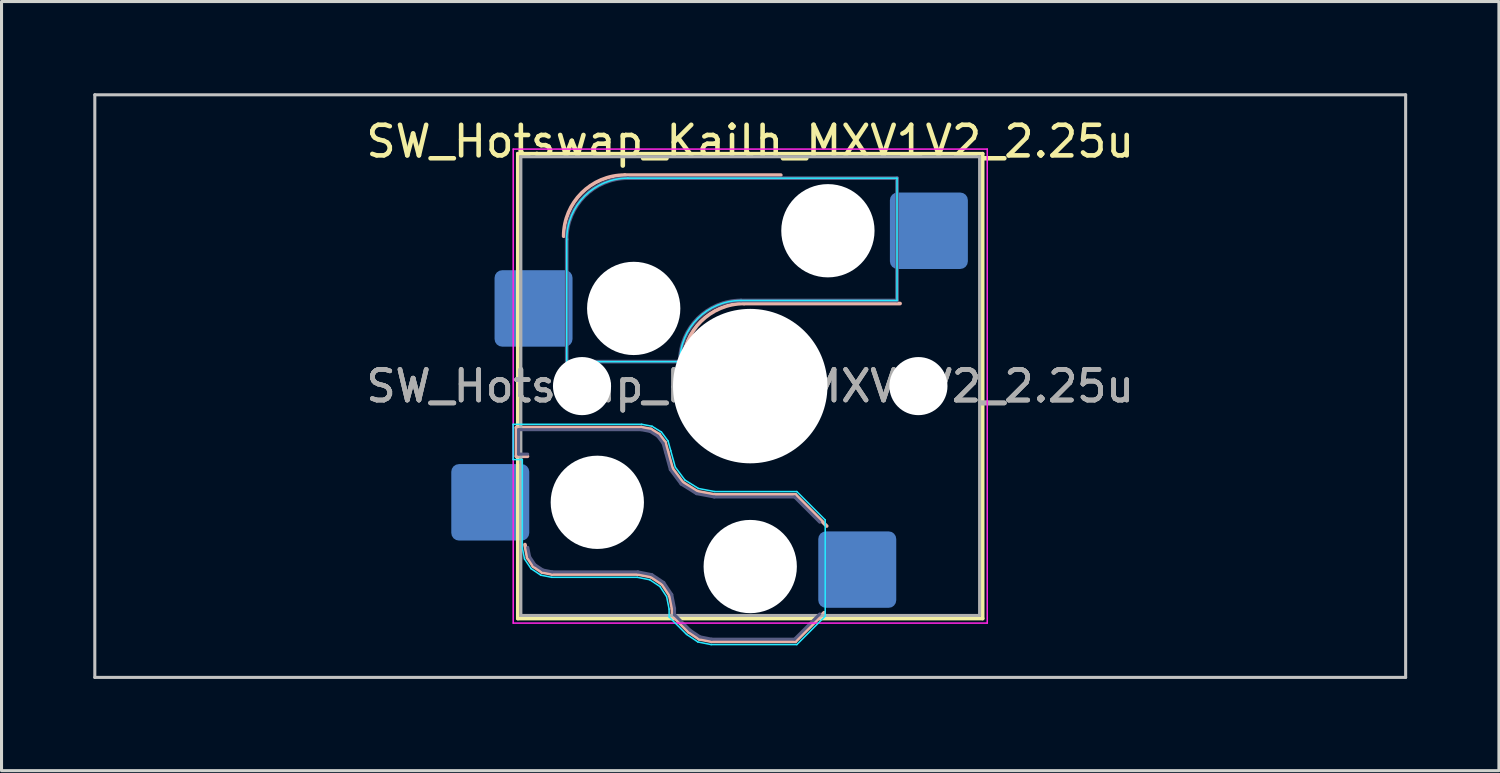
<source format=kicad_pcb>
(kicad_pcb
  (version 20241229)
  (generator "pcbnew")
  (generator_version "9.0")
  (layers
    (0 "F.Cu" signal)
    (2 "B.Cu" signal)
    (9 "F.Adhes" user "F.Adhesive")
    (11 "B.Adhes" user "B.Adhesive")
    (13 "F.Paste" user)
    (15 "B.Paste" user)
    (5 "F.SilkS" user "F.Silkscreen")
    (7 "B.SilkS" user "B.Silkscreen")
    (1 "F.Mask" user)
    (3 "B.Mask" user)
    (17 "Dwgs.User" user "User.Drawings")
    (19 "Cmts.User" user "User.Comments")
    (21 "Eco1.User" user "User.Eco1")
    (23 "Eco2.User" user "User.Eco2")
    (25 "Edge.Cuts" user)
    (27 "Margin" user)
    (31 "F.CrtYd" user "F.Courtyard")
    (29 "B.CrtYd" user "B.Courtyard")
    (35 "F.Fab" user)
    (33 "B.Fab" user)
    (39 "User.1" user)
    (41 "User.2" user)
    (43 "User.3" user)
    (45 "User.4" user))
  (footprint "SW_Hotswap_Kailh_MXV1V2_2.25u"
    (layer "F.Cu")
    (at 21.481 9.575)
    (property "Reference" "SW_Hotswap_Kailh_MXV1V2_2.25u" (at 0 -8 0) (layer "F.SilkS") (effects (font (size 1 1) (thickness 0.15))))
    (attr smd)
    (fp_line (start -7.6 -7.6) (end -7.6 7.6) (stroke (width 0.12) (type solid)) (layer "F.SilkS"))
    (fp_line (start -7.6 7.6) (end 7.6 7.6) (stroke (width 0.12) (type solid)) (layer "F.SilkS"))
    (fp_line (start 7.6 -7.6) (end -7.6 -7.6) (stroke (width 0.12) (type solid)) (layer "F.SilkS"))
    (fp_line (start 7.6 7.6) (end 7.6 -7.6) (stroke (width 0.12) (type solid)) (layer "F.SilkS"))
    (fp_line (start -7.646 1.354) (end -3.56 1.354) (stroke (width 0.12) (type solid)) (layer "B.SilkS"))
    (fp_line (start -7.646 2.296) (end -7.646 1.354) (stroke (width 0.12) (type solid)) (layer "B.SilkS"))
    (fp_line (start -7.283 2.296) (end -7.646 2.296) (stroke (width 0.12) (type solid)) (layer "B.SilkS"))
    (fp_line (start -7.281 5.609) (end -7.366 5.182) (stroke (width 0.12) (type solid)) (layer "B.SilkS"))
    (fp_line (start -7.092 5.892) (end -7.281 5.609) (stroke (width 0.12) (type solid)) (layer "B.SilkS"))
    (fp_line (start -6.809 6.081) (end -7.092 5.892) (stroke (width 0.12) (type solid)) (layer "B.SilkS"))
    (fp_line (start -6.482 6.146) (end -6.809 6.081) (stroke (width 0.12) (type solid)) (layer "B.SilkS"))
    (fp_line (start -4.1 -6.9) (end 1 -6.9) (stroke (width 0.12) (type solid)) (layer "B.SilkS"))
    (fp_line (start -3.682 6.146) (end -6.482 6.146) (stroke (width 0.12) (type solid)) (layer "B.SilkS"))
    (fp_line (start -3.56 1.354) (end -3.25 1.413) (stroke (width 0.12) (type solid)) (layer "B.SilkS"))
    (fp_line (start -3.25 1.413) (end -2.976 1.583) (stroke (width 0.12) (type solid)) (layer "B.SilkS"))
    (fp_line (start -3.244 6.233) (end -3.682 6.146) (stroke (width 0.12) (type solid)) (layer "B.SilkS"))
    (fp_line (start -2.976 1.583) (end -2.783 1.841) (stroke (width 0.12) (type solid)) (layer "B.SilkS"))
    (fp_line (start -2.877 6.477) (end -3.244 6.233) (stroke (width 0.12) (type solid)) (layer "B.SilkS"))
    (fp_line (start -2.783 1.841) (end -2.701 2.139) (stroke (width 0.12) (type solid)) (layer "B.SilkS"))
    (fp_line (start -2.701 2.139) (end -2.547 2.697) (stroke (width 0.12) (type solid)) (layer "B.SilkS"))
    (fp_line (start -2.633 6.844) (end -2.877 6.477) (stroke (width 0.12) (type solid)) (layer "B.SilkS"))
    (fp_line (start -2.547 2.697) (end -2.209 3.15) (stroke (width 0.12) (type solid)) (layer "B.SilkS"))
    (fp_line (start -2.546 7.282) (end -2.633 6.844) (stroke (width 0.12) (type solid)) (layer "B.SilkS"))
    (fp_line (start -2.546 7.504) (end -2.546 7.282) (stroke (width 0.12) (type solid)) (layer "B.SilkS"))
    (fp_line (start -2.209 3.15) (end -1.73 3.449) (stroke (width 0.12) (type solid)) (layer "B.SilkS"))
    (fp_line (start -2.013 8.037) (end -2.546 7.504) (stroke (width 0.12) (type solid)) (layer "B.SilkS"))
    (fp_line (start -1.73 3.449) (end -1.168 3.554) (stroke (width 0.12) (type solid)) (layer "B.SilkS"))
    (fp_line (start -1.671 8.266) (end -2.013 8.037) (stroke (width 0.12) (type solid)) (layer "B.SilkS"))
    (fp_line (start -1.268 8.346) (end -1.671 8.266) (stroke (width 0.12) (type solid)) (layer "B.SilkS"))
    (fp_line (start -1.168 3.554) (end 1.479 3.554) (stroke (width 0.12) (type solid)) (layer "B.SilkS"))
    (fp_line (start -0.2 -2.7) (end 4.9 -2.7) (stroke (width 0.12) (type solid)) (layer "B.SilkS"))
    (fp_line (start 1.479 3.554) (end 2.5 4.575) (stroke (width 0.12) (type solid)) (layer "B.SilkS"))
    (fp_line (start 1.479 8.346) (end -1.268 8.346) (stroke (width 0.12) (type solid)) (layer "B.SilkS"))
    (fp_line (start 2.416 7.409) (end 1.479 8.346) (stroke (width 0.12) (type solid)) (layer "B.SilkS"))
    (fp_arc (start -6.1 -4.9) (mid -5.514214 -6.314214) (end -4.1 -6.9) (stroke (width 0.12) (type solid)) (layer "B.SilkS"))
    (fp_arc (start -2.2 -0.7) (mid -1.614214 -2.114214) (end -0.2 -2.7) (stroke (width 0.12) (type solid)) (layer "B.SilkS"))
    (fp_line (start -21.431 -9.525) (end -21.431 9.525) (stroke (width 0.1) (type solid)) (layer "Dwgs.User"))
    (fp_line (start -21.431 9.525) (end 21.431 9.525) (stroke (width 0.1) (type solid)) (layer "Dwgs.User"))
    (fp_line (start 21.431 -9.525) (end -21.431 -9.525) (stroke (width 0.1) (type solid)) (layer "Dwgs.User"))
    (fp_line (start 21.431 9.525) (end 21.431 -9.525) (stroke (width 0.1) (type solid)) (layer "Dwgs.User"))
    (fp_line (start -7.752 1.248) (end -3.55 1.248) (stroke (width 0.05) (type solid)) (layer "B.CrtYd"))
    (fp_line (start -7.752 2.402) (end -7.752 1.248) (stroke (width 0.05) (type solid)) (layer "B.CrtYd"))
    (fp_line (start -7.452 2.402) (end -7.752 2.402) (stroke (width 0.05) (type solid)) (layer "B.CrtYd"))
    (fp_line (start -7.452 5.292) (end -7.452 2.402) (stroke (width 0.05) (type solid)) (layer "B.CrtYd"))
    (fp_line (start -7.381 5.65) (end -7.452 5.292) (stroke (width 0.05) (type solid)) (layer "B.CrtYd"))
    (fp_line (start -7.168 5.968) (end -7.381 5.65) (stroke (width 0.05) (type solid)) (layer "B.CrtYd"))
    (fp_line (start -6.85 6.181) (end -7.168 5.968) (stroke (width 0.05) (type solid)) (layer "B.CrtYd"))
    (fp_line (start -6.492 6.252) (end -6.85 6.181) (stroke (width 0.05) (type solid)) (layer "B.CrtYd"))
    (fp_line (start -6 -0.8) (end -6 -4.8) (stroke (width 0.05) (type solid)) (layer "B.CrtYd"))
    (fp_line (start -6 -0.8) (end -2.3 -0.8) (stroke (width 0.05) (type solid)) (layer "B.CrtYd"))
    (fp_line (start -4 -6.8) (end 4.8 -6.8) (stroke (width 0.05) (type solid)) (layer "B.CrtYd"))
    (fp_line (start -3.692 6.252) (end -6.492 6.252) (stroke (width 0.05) (type solid)) (layer "B.CrtYd"))
    (fp_line (start -3.55 1.248) (end -3.211 1.312) (stroke (width 0.05) (type solid)) (layer "B.CrtYd"))
    (fp_line (start -3.285 6.333) (end -3.692 6.252) (stroke (width 0.05) (type solid)) (layer "B.CrtYd"))
    (fp_line (start -3.211 1.312) (end -2.903 1.503) (stroke (width 0.05) (type solid)) (layer "B.CrtYd"))
    (fp_line (start -2.953 6.553) (end -3.285 6.333) (stroke (width 0.05) (type solid)) (layer "B.CrtYd"))
    (fp_line (start -2.903 1.503) (end -2.687 1.794) (stroke (width 0.05) (type solid)) (layer "B.CrtYd"))
    (fp_line (start -2.733 6.885) (end -2.953 6.553) (stroke (width 0.05) (type solid)) (layer "B.CrtYd"))
    (fp_line (start -2.687 1.794) (end -2.599 2.111) (stroke (width 0.05) (type solid)) (layer "B.CrtYd"))
    (fp_line (start -2.652 7.292) (end -2.733 6.885) (stroke (width 0.05) (type solid)) (layer "B.CrtYd"))
    (fp_line (start -2.652 7.548) (end -2.652 7.292) (stroke (width 0.05) (type solid)) (layer "B.CrtYd"))
    (fp_line (start -2.599 2.111) (end -2.45 2.65) (stroke (width 0.05) (type solid)) (layer "B.CrtYd"))
    (fp_line (start -2.45 2.65) (end -2.136 3.071) (stroke (width 0.05) (type solid)) (layer "B.CrtYd"))
    (fp_line (start -2.136 3.071) (end -1.691 3.348) (stroke (width 0.05) (type solid)) (layer "B.CrtYd"))
    (fp_line (start -2.081 8.119) (end -2.652 7.548) (stroke (width 0.05) (type solid)) (layer "B.CrtYd"))
    (fp_line (start -1.712 8.366) (end -2.081 8.119) (stroke (width 0.05) (type solid)) (layer "B.CrtYd"))
    (fp_line (start -1.691 3.348) (end -1.159 3.448) (stroke (width 0.05) (type solid)) (layer "B.CrtYd"))
    (fp_line (start -1.278 8.452) (end -1.712 8.366) (stroke (width 0.05) (type solid)) (layer "B.CrtYd"))
    (fp_line (start -1.159 3.448) (end 1.523 3.448) (stroke (width 0.05) (type solid)) (layer "B.CrtYd"))
    (fp_line (start -0.3 -2.8) (end 4.8 -2.8) (stroke (width 0.05) (type solid)) (layer "B.CrtYd"))
    (fp_line (start 1.523 3.448) (end 2.452 4.377) (stroke (width 0.05) (type solid)) (layer "B.CrtYd"))
    (fp_line (start 1.523 8.452) (end -1.278 8.452) (stroke (width 0.05) (type solid)) (layer "B.CrtYd"))
    (fp_line (start 2.452 4.377) (end 2.452 7.523) (stroke (width 0.05) (type solid)) (layer "B.CrtYd"))
    (fp_line (start 2.452 7.523) (end 1.523 8.452) (stroke (width 0.05) (type solid)) (layer "B.CrtYd"))
    (fp_line (start 4.8 -6.8) (end 4.8 -2.8) (stroke (width 0.05) (type solid)) (layer "B.CrtYd"))
    (fp_arc (start -6 -4.8) (mid -5.414214 -6.214214) (end -4 -6.8) (stroke (width 0.05) (type solid)) (layer "B.CrtYd"))
    (fp_arc (start -2.3 -0.8) (mid -1.714214 -2.214214) (end -0.3 -2.8) (stroke (width 0.05) (type solid)) (layer "B.CrtYd"))
    (fp_line (start -7.75 -7.75) (end -7.75 7.75) (stroke (width 0.05) (type solid)) (layer "F.CrtYd"))
    (fp_line (start -7.75 7.75) (end 7.75 7.75) (stroke (width 0.05) (type solid)) (layer "F.CrtYd"))
    (fp_line (start 7.75 -7.75) (end -7.75 -7.75) (stroke (width 0.05) (type solid)) (layer "F.CrtYd"))
    (fp_line (start 7.75 7.75) (end 7.75 -7.75) (stroke (width 0.05) (type solid)) (layer "F.CrtYd"))
    (fp_line (start -7.575 1.425) (end -3.567 1.425) (stroke (width 0.1) (type solid)) (layer "B.Fab"))
    (fp_line (start -7.575 2.225) (end -7.575 1.425) (stroke (width 0.1) (type solid)) (layer "B.Fab"))
    (fp_line (start -7.275 2.225) (end -7.575 2.225) (stroke (width 0.1) (type solid)) (layer "B.Fab"))
    (fp_line (start -7.214 5.581) (end -7.275 5.275) (stroke (width 0.1) (type solid)) (layer "B.Fab"))
    (fp_line (start -7.041 5.841) (end -7.214 5.581) (stroke (width 0.1) (type solid)) (layer "B.Fab"))
    (fp_line (start -6.781 6.014) (end -7.041 5.841) (stroke (width 0.1) (type solid)) (layer "B.Fab"))
    (fp_line (start -6.475 6.075) (end -6.781 6.014) (stroke (width 0.1) (type solid)) (layer "B.Fab"))
    (fp_line (start -6 -0.8) (end -6 -4.8) (stroke (width 0.12) (type solid)) (layer "B.Fab"))
    (fp_line (start -6 -0.8) (end -2.3 -0.8) (stroke (width 0.12) (type solid)) (layer "B.Fab"))
    (fp_line (start -4 -6.8) (end 4.8 -6.8) (stroke (width 0.12) (type solid)) (layer "B.Fab"))
    (fp_line (start -3.675 6.075) (end -6.475 6.075) (stroke (width 0.1) (type solid)) (layer "B.Fab"))
    (fp_line (start -3.567 1.425) (end -3.276 1.48) (stroke (width 0.1) (type solid)) (layer "B.Fab"))
    (fp_line (start -3.276 1.48) (end -3.025 1.636) (stroke (width 0.1) (type solid)) (layer "B.Fab"))
    (fp_line (start -3.216 6.166) (end -3.675 6.075) (stroke (width 0.1) (type solid)) (layer "B.Fab"))
    (fp_line (start -3.025 1.636) (end -2.848 1.873) (stroke (width 0.1) (type solid)) (layer "B.Fab"))
    (fp_line (start -2.848 1.873) (end -2.769 2.158) (stroke (width 0.1) (type solid)) (layer "B.Fab"))
    (fp_line (start -2.826 6.426) (end -3.216 6.166) (stroke (width 0.1) (type solid)) (layer "B.Fab"))
    (fp_line (start -2.769 2.158) (end -2.612 2.729) (stroke (width 0.1) (type solid)) (layer "B.Fab"))
    (fp_line (start -2.612 2.729) (end -2.258 3.203) (stroke (width 0.1) (type solid)) (layer "B.Fab"))
    (fp_line (start -2.566 6.816) (end -2.826 6.426) (stroke (width 0.1) (type solid)) (layer "B.Fab"))
    (fp_line (start -2.475 7.275) (end -2.566 6.816) (stroke (width 0.1) (type solid)) (layer "B.Fab"))
    (fp_line (start -2.475 7.475) (end -2.475 7.275) (stroke (width 0.1) (type solid)) (layer "B.Fab"))
    (fp_line (start -2.258 3.203) (end -1.756 3.516) (stroke (width 0.1) (type solid)) (layer "B.Fab"))
    (fp_line (start -1.968 7.982) (end -2.475 7.475) (stroke (width 0.1) (type solid)) (layer "B.Fab"))
    (fp_line (start -1.756 3.516) (end -1.175 3.625) (stroke (width 0.1) (type solid)) (layer "B.Fab"))
    (fp_line (start -1.643 8.199) (end -1.968 7.982) (stroke (width 0.1) (type solid)) (layer "B.Fab"))
    (fp_line (start -1.261 8.275) (end -1.643 8.199) (stroke (width 0.1) (type solid)) (layer "B.Fab"))
    (fp_line (start -1.175 3.625) (end 1.45 3.625) (stroke (width 0.1) (type solid)) (layer "B.Fab"))
    (fp_line (start -0.3 -2.8) (end 4.8 -2.8) (stroke (width 0.12) (type solid)) (layer "B.Fab"))
    (fp_line (start 1.45 3.625) (end 2.275 4.45) (stroke (width 0.1) (type solid)) (layer "B.Fab"))
    (fp_line (start 1.45 8.275) (end -1.261 8.275) (stroke (width 0.1) (type solid)) (layer "B.Fab"))
    (fp_line (start 2.275 7.45) (end 1.45 8.275) (stroke (width 0.1) (type solid)) (layer "B.Fab"))
    (fp_line (start 4.8 -6.8) (end 4.8 -2.8) (stroke (width 0.12) (type solid)) (layer "B.Fab"))
    (fp_arc (start -6 -4.8) (mid -5.414214 -6.214214) (end -4 -6.8) (stroke (width 0.12) (type solid)) (layer "B.Fab"))
    (fp_arc (start -2.3 -0.8) (mid -1.714214 -2.214214) (end -0.3 -2.8) (stroke (width 0.12) (type solid)) (layer "B.Fab"))
    (fp_line (start -7.5 -7.5) (end -7.5 7.5) (stroke (width 0.1) (type solid)) (layer "F.Fab"))
    (fp_line (start -7.5 7.5) (end 7.5 7.5) (stroke (width 0.1) (type solid)) (layer "F.Fab"))
    (fp_line (start 7.5 -7.5) (end -7.5 -7.5) (stroke (width 0.1) (type solid)) (layer "F.Fab"))
    (fp_line (start 7.5 7.5) (end 7.5 -7.5) (stroke (width 0.1) (type solid)) (layer "F.Fab"))
    (fp_text user "${REFERENCE}" (at 0 0 0) (layer "F.Fab") (effects (font (size 1 1) (thickness 0.15))))
    (fp_text user "${REFERENCE}" (at 0 0 180) (layer "F.Fab") (effects (font (size 1 1) (thickness 0.15))))
    (fp_text user "${REFERENCE}" (at 0 0 180) (layer "F.Fab") (effects (font (size 1 1) (thickness 0.15))))
    (pad "" np_thru_hole circle (at -5.5 0 180) (size 1.9 1.9) (drill 1.9) (layers "*.Cu" "*.Mask"))
    (pad "" np_thru_hole circle (at -5 3.8 180) (size 3.05 3.05) (drill 3.05) (layers "*.Cu" "*.Mask"))
    (pad "" np_thru_hole circle (at -3.81 -2.54) (size 3.05 3.05) (drill 3.05) (layers "*.Cu" "*.Mask"))
    (pad "" np_thru_hole circle (at 0 0 180) (size 5.05 5.05) (drill 5.05) (layers "*.Cu" "*.Mask"))
    (pad "" np_thru_hole circle (at 0 5.9 180) (size 3.05 3.05) (drill 3.05) (layers "*.Cu" "*.Mask"))
    (pad "" np_thru_hole circle (at 2.54 -5.08) (size 3.05 3.05) (drill 3.05) (layers "*.Cu" "*.Mask"))
    (pad "" np_thru_hole circle (at 5.5 0 180) (size 1.9 1.9) (drill 1.9) (layers "*.Cu" "*.Mask"))
    (pad "1" smd roundrect (at -7.085 -2.54) (size 2.55 2.5) (layers "B.Cu" "B.Mask" "B.Paste") (roundrect_rratio 0.1))
    (pad "1" smd roundrect (at 3.5 6 180) (size 2.55 2.5) (layers "B.Cu" "B.Mask" "B.Paste") (roundrect_rratio 0.1))
    (pad "2" smd roundrect (at -8.5 3.8 180) (size 2.55 2.5) (layers "B.Cu" "B.Mask" "B.Paste") (roundrect_rratio 0.1))
    (pad "2" smd roundrect (at 5.842 -5.08) (size 2.55 2.5) (layers "B.Cu" "B.Mask" "B.Paste") (roundrect_rratio 0.1)))
  (gr_rect
    (start -3 -3)
    (end 45.962 22.15)
    (stroke (width 0.1) (type default))
    (fill no)
    (layer "Edge.Cuts")))
</source>
